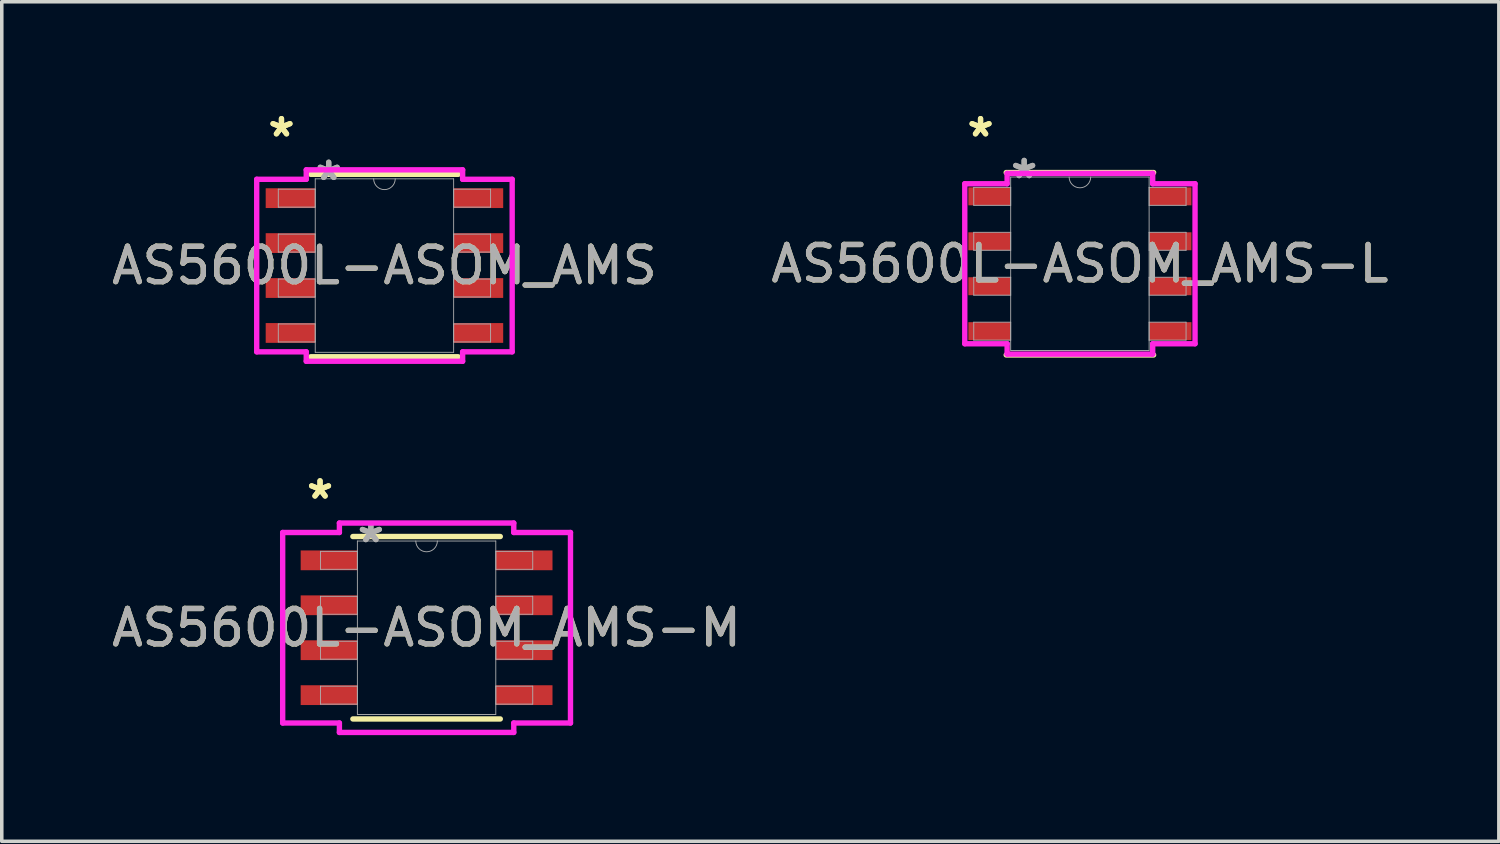
<source format=kicad_pcb>
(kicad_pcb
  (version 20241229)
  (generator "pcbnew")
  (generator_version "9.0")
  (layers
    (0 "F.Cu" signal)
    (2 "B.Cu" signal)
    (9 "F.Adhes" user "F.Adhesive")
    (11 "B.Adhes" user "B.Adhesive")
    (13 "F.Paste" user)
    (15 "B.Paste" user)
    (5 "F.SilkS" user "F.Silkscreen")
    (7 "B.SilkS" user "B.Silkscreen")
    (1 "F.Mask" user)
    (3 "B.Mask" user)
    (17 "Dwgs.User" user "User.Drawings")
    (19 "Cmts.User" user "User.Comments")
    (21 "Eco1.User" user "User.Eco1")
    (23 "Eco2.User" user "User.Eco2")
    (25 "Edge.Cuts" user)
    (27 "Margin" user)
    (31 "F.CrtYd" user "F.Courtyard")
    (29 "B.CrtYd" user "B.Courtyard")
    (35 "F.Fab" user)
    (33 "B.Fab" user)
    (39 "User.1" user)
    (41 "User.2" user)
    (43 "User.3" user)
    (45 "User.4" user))
  (footprint "AS5600L-ASOM_AMS-M"
    (layer "F.Cu")
    (at 9.006 14.691)
    (property "Reference" "AS5600L-ASOM_AMS-M" (at 0 0 0) (unlocked yes) (layer "F.SilkS") (effects (font (size 1 1) (thickness 0.15))))
    (attr smd)
    (fp_line (start -2.083 2.578) (end 2.083 2.578) (stroke (width 0.152) (type solid)) (layer "F.SilkS"))
    (fp_line (start 2.083 -2.578) (end -2.083 -2.578) (stroke (width 0.152) (type solid)) (layer "F.SilkS"))
    (fp_line (start -4.067 -2.692) (end -2.464 -2.692) (stroke (width 0.152) (type solid)) (layer "F.CrtYd"))
    (fp_line (start -4.067 2.692) (end -4.067 -2.692) (stroke (width 0.152) (type solid)) (layer "F.CrtYd"))
    (fp_line (start -4.067 2.692) (end -2.464 2.692) (stroke (width 0.152) (type solid)) (layer "F.CrtYd"))
    (fp_line (start -2.464 -2.959) (end 2.464 -2.959) (stroke (width 0.152) (type solid)) (layer "F.CrtYd"))
    (fp_line (start -2.464 -2.692) (end -2.464 -2.959) (stroke (width 0.152) (type solid)) (layer "F.CrtYd"))
    (fp_line (start -2.464 2.959) (end -2.464 2.692) (stroke (width 0.152) (type solid)) (layer "F.CrtYd"))
    (fp_line (start 2.464 -2.959) (end 2.464 -2.692) (stroke (width 0.152) (type solid)) (layer "F.CrtYd"))
    (fp_line (start 2.464 2.692) (end 2.464 2.959) (stroke (width 0.152) (type solid)) (layer "F.CrtYd"))
    (fp_line (start 2.464 2.959) (end -2.464 2.959) (stroke (width 0.152) (type solid)) (layer "F.CrtYd"))
    (fp_line (start 4.067 -2.692) (end 2.464 -2.692) (stroke (width 0.152) (type solid)) (layer "F.CrtYd"))
    (fp_line (start 4.067 -2.692) (end 4.067 2.692) (stroke (width 0.152) (type solid)) (layer "F.CrtYd"))
    (fp_line (start 4.067 2.692) (end 2.464 2.692) (stroke (width 0.152) (type solid)) (layer "F.CrtYd"))
    (fp_line (start -3 -2.159) (end -3 -1.651) (stroke (width 0.025) (type solid)) (layer "F.Fab"))
    (fp_line (start -3 -1.651) (end -1.956 -1.651) (stroke (width 0.025) (type solid)) (layer "F.Fab"))
    (fp_line (start -3 -0.889) (end -3 -0.381) (stroke (width 0.025) (type solid)) (layer "F.Fab"))
    (fp_line (start -3 -0.381) (end -1.956 -0.381) (stroke (width 0.025) (type solid)) (layer "F.Fab"))
    (fp_line (start -3 0.381) (end -3 0.889) (stroke (width 0.025) (type solid)) (layer "F.Fab"))
    (fp_line (start -3 0.889) (end -1.956 0.889) (stroke (width 0.025) (type solid)) (layer "F.Fab"))
    (fp_line (start -3 1.651) (end -3 2.159) (stroke (width 0.025) (type solid)) (layer "F.Fab"))
    (fp_line (start -3 2.159) (end -1.956 2.159) (stroke (width 0.025) (type solid)) (layer "F.Fab"))
    (fp_line (start -1.956 -2.451) (end -1.956 2.451) (stroke (width 0.025) (type solid)) (layer "F.Fab"))
    (fp_line (start -1.956 -2.159) (end -3 -2.159) (stroke (width 0.025) (type solid)) (layer "F.Fab"))
    (fp_line (start -1.956 -1.651) (end -1.956 -2.159) (stroke (width 0.025) (type solid)) (layer "F.Fab"))
    (fp_line (start -1.956 -0.889) (end -3 -0.889) (stroke (width 0.025) (type solid)) (layer "F.Fab"))
    (fp_line (start -1.956 -0.381) (end -1.956 -0.889) (stroke (width 0.025) (type solid)) (layer "F.Fab"))
    (fp_line (start -1.956 0.381) (end -3 0.381) (stroke (width 0.025) (type solid)) (layer "F.Fab"))
    (fp_line (start -1.956 0.889) (end -1.956 0.381) (stroke (width 0.025) (type solid)) (layer "F.Fab"))
    (fp_line (start -1.956 1.651) (end -3 1.651) (stroke (width 0.025) (type solid)) (layer "F.Fab"))
    (fp_line (start -1.956 2.159) (end -1.956 1.651) (stroke (width 0.025) (type solid)) (layer "F.Fab"))
    (fp_line (start -1.956 2.451) (end 1.956 2.451) (stroke (width 0.025) (type solid)) (layer "F.Fab"))
    (fp_line (start 1.956 -2.451) (end -1.956 -2.451) (stroke (width 0.025) (type solid)) (layer "F.Fab"))
    (fp_line (start 1.956 -2.159) (end 1.956 -1.651) (stroke (width 0.025) (type solid)) (layer "F.Fab"))
    (fp_line (start 1.956 -1.651) (end 3 -1.651) (stroke (width 0.025) (type solid)) (layer "F.Fab"))
    (fp_line (start 1.956 -0.889) (end 1.956 -0.381) (stroke (width 0.025) (type solid)) (layer "F.Fab"))
    (fp_line (start 1.956 -0.381) (end 3 -0.381) (stroke (width 0.025) (type solid)) (layer "F.Fab"))
    (fp_line (start 1.956 0.381) (end 1.956 0.889) (stroke (width 0.025) (type solid)) (layer "F.Fab"))
    (fp_line (start 1.956 0.889) (end 3 0.889) (stroke (width 0.025) (type solid)) (layer "F.Fab"))
    (fp_line (start 1.956 1.651) (end 1.956 2.159) (stroke (width 0.025) (type solid)) (layer "F.Fab"))
    (fp_line (start 1.956 2.159) (end 3 2.159) (stroke (width 0.025) (type solid)) (layer "F.Fab"))
    (fp_line (start 1.956 2.451) (end 1.956 -2.451) (stroke (width 0.025) (type solid)) (layer "F.Fab"))
    (fp_line (start 3 -2.159) (end 1.956 -2.159) (stroke (width 0.025) (type solid)) (layer "F.Fab"))
    (fp_line (start 3 -1.651) (end 3 -2.159) (stroke (width 0.025) (type solid)) (layer "F.Fab"))
    (fp_line (start 3 -0.889) (end 1.956 -0.889) (stroke (width 0.025) (type solid)) (layer "F.Fab"))
    (fp_line (start 3 -0.381) (end 3 -0.889) (stroke (width 0.025) (type solid)) (layer "F.Fab"))
    (fp_line (start 3 0.381) (end 1.956 0.381) (stroke (width 0.025) (type solid)) (layer "F.Fab"))
    (fp_line (start 3 0.889) (end 3 0.381) (stroke (width 0.025) (type solid)) (layer "F.Fab"))
    (fp_line (start 3 1.651) (end 1.956 1.651) (stroke (width 0.025) (type solid)) (layer "F.Fab"))
    (fp_line (start 3 2.159) (end 3 1.651) (stroke (width 0.025) (type solid)) (layer "F.Fab"))
    (fp_arc (start 0.3048 -2.4511) (mid 0 -2.1463) (end -0.3048 -2.4511) (stroke (width 0.0254) (type solid)) (layer "F.Fab"))
    (fp_text user "*" (at -3.011 -3.607 0) (unlocked yes) (layer "F.SilkS") (effects (font (size 1 1) (thickness 0.15))))
    (fp_text user "*" (at -3.011 -3.607 0) (layer "F.SilkS") (effects (font (size 1 1) (thickness 0.15))))
    (fp_text user "${REFERENCE}" (at 0 0 0) (unlocked yes) (layer "F.Fab") (effects (font (size 1 1) (thickness 0.15))))
    (fp_text user "*" (at -1.575 -2.375 0) (unlocked yes) (layer "F.Fab") (effects (font (size 1 1) (thickness 0.15))))
    (fp_text user "*" (at -1.575 -2.375 0) (layer "F.Fab") (effects (font (size 1 1) (thickness 0.15))))
    (pad "1" smd rect (at -2.757 -1.905) (size 1.603 0.559) (layers "F.Cu" "F.Mask" "F.Paste"))
    (pad "2" smd rect (at -2.757 -0.635) (size 1.603 0.559) (layers "F.Cu" "F.Mask" "F.Paste"))
    (pad "3" smd rect (at -2.757 0.635) (size 1.603 0.559) (layers "F.Cu" "F.Mask" "F.Paste"))
    (pad "4" smd rect (at -2.757 1.905) (size 1.603 0.559) (layers "F.Cu" "F.Mask" "F.Paste"))
    (pad "5" smd rect (at 2.757 1.905) (size 1.603 0.559) (layers "F.Cu" "F.Mask" "F.Paste"))
    (pad "6" smd rect (at 2.757 0.635) (size 1.603 0.559) (layers "F.Cu" "F.Mask" "F.Paste"))
    (pad "7" smd rect (at 2.757 -0.635) (size 1.603 0.559) (layers "F.Cu" "F.Mask" "F.Paste"))
    (pad "8" smd rect (at 2.757 -1.905) (size 1.603 0.559) (layers "F.Cu" "F.Mask" "F.Paste")))
  (footprint "AS5600L-ASOM_AMS-L"
    (layer "F.Cu")
    (at 27.47 4.404)
    (property "Reference" "AS5600L-ASOM_AMS-L" (at 0 0 0) (unlocked yes) (layer "F.SilkS") (effects (font (size 1 1) (thickness 0.15))))
    (attr smd)
    (fp_line (start -2.083 2.578) (end 2.083 2.578) (stroke (width 0.152) (type solid)) (layer "F.SilkS"))
    (fp_line (start 2.083 -2.578) (end -2.083 -2.578) (stroke (width 0.152) (type solid)) (layer "F.SilkS"))
    (fp_line (start -3.254 -2.261) (end -2.057 -2.261) (stroke (width 0.152) (type solid)) (layer "F.CrtYd"))
    (fp_line (start -3.254 2.261) (end -3.254 -2.261) (stroke (width 0.152) (type solid)) (layer "F.CrtYd"))
    (fp_line (start -3.254 2.261) (end -2.057 2.261) (stroke (width 0.152) (type solid)) (layer "F.CrtYd"))
    (fp_line (start -2.057 -2.553) (end 2.057 -2.553) (stroke (width 0.152) (type solid)) (layer "F.CrtYd"))
    (fp_line (start -2.057 -2.261) (end -2.057 -2.553) (stroke (width 0.152) (type solid)) (layer "F.CrtYd"))
    (fp_line (start -2.057 2.553) (end -2.057 2.261) (stroke (width 0.152) (type solid)) (layer "F.CrtYd"))
    (fp_line (start 2.057 -2.553) (end 2.057 -2.261) (stroke (width 0.152) (type solid)) (layer "F.CrtYd"))
    (fp_line (start 2.057 2.261) (end 2.057 2.553) (stroke (width 0.152) (type solid)) (layer "F.CrtYd"))
    (fp_line (start 2.057 2.553) (end -2.057 2.553) (stroke (width 0.152) (type solid)) (layer "F.CrtYd"))
    (fp_line (start 3.254 -2.261) (end 2.057 -2.261) (stroke (width 0.152) (type solid)) (layer "F.CrtYd"))
    (fp_line (start 3.254 -2.261) (end 3.254 2.261) (stroke (width 0.152) (type solid)) (layer "F.CrtYd"))
    (fp_line (start 3.254 2.261) (end 2.057 2.261) (stroke (width 0.152) (type solid)) (layer "F.CrtYd"))
    (fp_line (start -3 -2.159) (end -3 -1.651) (stroke (width 0.025) (type solid)) (layer "F.Fab"))
    (fp_line (start -3 -1.651) (end -1.956 -1.651) (stroke (width 0.025) (type solid)) (layer "F.Fab"))
    (fp_line (start -3 -0.889) (end -3 -0.381) (stroke (width 0.025) (type solid)) (layer "F.Fab"))
    (fp_line (start -3 -0.381) (end -1.956 -0.381) (stroke (width 0.025) (type solid)) (layer "F.Fab"))
    (fp_line (start -3 0.381) (end -3 0.889) (stroke (width 0.025) (type solid)) (layer "F.Fab"))
    (fp_line (start -3 0.889) (end -1.956 0.889) (stroke (width 0.025) (type solid)) (layer "F.Fab"))
    (fp_line (start -3 1.651) (end -3 2.159) (stroke (width 0.025) (type solid)) (layer "F.Fab"))
    (fp_line (start -3 2.159) (end -1.956 2.159) (stroke (width 0.025) (type solid)) (layer "F.Fab"))
    (fp_line (start -1.956 -2.451) (end -1.956 2.451) (stroke (width 0.025) (type solid)) (layer "F.Fab"))
    (fp_line (start -1.956 -2.159) (end -3 -2.159) (stroke (width 0.025) (type solid)) (layer "F.Fab"))
    (fp_line (start -1.956 -1.651) (end -1.956 -2.159) (stroke (width 0.025) (type solid)) (layer "F.Fab"))
    (fp_line (start -1.956 -0.889) (end -3 -0.889) (stroke (width 0.025) (type solid)) (layer "F.Fab"))
    (fp_line (start -1.956 -0.381) (end -1.956 -0.889) (stroke (width 0.025) (type solid)) (layer "F.Fab"))
    (fp_line (start -1.956 0.381) (end -3 0.381) (stroke (width 0.025) (type solid)) (layer "F.Fab"))
    (fp_line (start -1.956 0.889) (end -1.956 0.381) (stroke (width 0.025) (type solid)) (layer "F.Fab"))
    (fp_line (start -1.956 1.651) (end -3 1.651) (stroke (width 0.025) (type solid)) (layer "F.Fab"))
    (fp_line (start -1.956 2.159) (end -1.956 1.651) (stroke (width 0.025) (type solid)) (layer "F.Fab"))
    (fp_line (start -1.956 2.451) (end 1.956 2.451) (stroke (width 0.025) (type solid)) (layer "F.Fab"))
    (fp_line (start 1.956 -2.451) (end -1.956 -2.451) (stroke (width 0.025) (type solid)) (layer "F.Fab"))
    (fp_line (start 1.956 -2.159) (end 1.956 -1.651) (stroke (width 0.025) (type solid)) (layer "F.Fab"))
    (fp_line (start 1.956 -1.651) (end 3 -1.651) (stroke (width 0.025) (type solid)) (layer "F.Fab"))
    (fp_line (start 1.956 -0.889) (end 1.956 -0.381) (stroke (width 0.025) (type solid)) (layer "F.Fab"))
    (fp_line (start 1.956 -0.381) (end 3 -0.381) (stroke (width 0.025) (type solid)) (layer "F.Fab"))
    (fp_line (start 1.956 0.381) (end 1.956 0.889) (stroke (width 0.025) (type solid)) (layer "F.Fab"))
    (fp_line (start 1.956 0.889) (end 3 0.889) (stroke (width 0.025) (type solid)) (layer "F.Fab"))
    (fp_line (start 1.956 1.651) (end 1.956 2.159) (stroke (width 0.025) (type solid)) (layer "F.Fab"))
    (fp_line (start 1.956 2.159) (end 3 2.159) (stroke (width 0.025) (type solid)) (layer "F.Fab"))
    (fp_line (start 1.956 2.451) (end 1.956 -2.451) (stroke (width 0.025) (type solid)) (layer "F.Fab"))
    (fp_line (start 3 -2.159) (end 1.956 -2.159) (stroke (width 0.025) (type solid)) (layer "F.Fab"))
    (fp_line (start 3 -1.651) (end 3 -2.159) (stroke (width 0.025) (type solid)) (layer "F.Fab"))
    (fp_line (start 3 -0.889) (end 1.956 -0.889) (stroke (width 0.025) (type solid)) (layer "F.Fab"))
    (fp_line (start 3 -0.381) (end 3 -0.889) (stroke (width 0.025) (type solid)) (layer "F.Fab"))
    (fp_line (start 3 0.381) (end 1.956 0.381) (stroke (width 0.025) (type solid)) (layer "F.Fab"))
    (fp_line (start 3 0.889) (end 3 0.381) (stroke (width 0.025) (type solid)) (layer "F.Fab"))
    (fp_line (start 3 1.651) (end 1.956 1.651) (stroke (width 0.025) (type solid)) (layer "F.Fab"))
    (fp_line (start 3 2.159) (end 3 1.651) (stroke (width 0.025) (type solid)) (layer "F.Fab"))
    (fp_arc (start 0.3048 -2.4511) (mid 0 -2.1463) (end -0.3048 -2.4511) (stroke (width 0.0254) (type solid)) (layer "F.Fab"))
    (fp_text user "*" (at -2.808 -3.556 0) (unlocked yes) (layer "F.SilkS") (effects (font (size 1 1) (thickness 0.15))))
    (fp_text user "*" (at -2.808 -3.556 0) (layer "F.SilkS") (effects (font (size 1 1) (thickness 0.15))))
    (fp_text user "*" (at -1.575 -2.375 0) (unlocked yes) (layer "F.Fab") (effects (font (size 1 1) (thickness 0.15))))
    (fp_text user "*" (at -1.575 -2.375 0) (layer "F.Fab") (effects (font (size 1 1) (thickness 0.15))))
    (fp_text user "${REFERENCE}" (at 0 0 0) (unlocked yes) (layer "F.Fab") (effects (font (size 1 1) (thickness 0.15))))
    (pad "1" smd rect (at -2.554 -1.905) (size 1.197 0.508) (layers "F.Cu" "F.Mask" "F.Paste"))
    (pad "2" smd rect (at -2.554 -0.635) (size 1.197 0.508) (layers "F.Cu" "F.Mask" "F.Paste"))
    (pad "3" smd rect (at -2.554 0.635) (size 1.197 0.508) (layers "F.Cu" "F.Mask" "F.Paste"))
    (pad "4" smd rect (at -2.554 1.905) (size 1.197 0.508) (layers "F.Cu" "F.Mask" "F.Paste"))
    (pad "5" smd rect (at 2.554 1.905) (size 1.197 0.508) (layers "F.Cu" "F.Mask" "F.Paste"))
    (pad "6" smd rect (at 2.554 0.635) (size 1.197 0.508) (layers "F.Cu" "F.Mask" "F.Paste"))
    (pad "7" smd rect (at 2.554 -0.635) (size 1.197 0.508) (layers "F.Cu" "F.Mask" "F.Paste"))
    (pad "8" smd rect (at 2.554 -1.905) (size 1.197 0.508) (layers "F.Cu" "F.Mask" "F.Paste")))
  (footprint "AS5600L-ASOM_AMS"
    (layer "F.Cu")
    (at 7.815 4.455)
    (property "Reference" "AS5600L-ASOM_AMS" (at 0 0 0) (unlocked yes) (layer "F.SilkS") (effects (font (size 1 1) (thickness 0.15))))
    (attr smd)
    (fp_line (start -2.083 2.578) (end 2.083 2.578) (stroke (width 0.152) (type solid)) (layer "F.SilkS"))
    (fp_line (start 2.083 -2.578) (end -2.083 -2.578) (stroke (width 0.152) (type solid)) (layer "F.SilkS"))
    (fp_line (start -3.61 -2.438) (end -2.21 -2.438) (stroke (width 0.152) (type solid)) (layer "F.CrtYd"))
    (fp_line (start -3.61 2.438) (end -3.61 -2.438) (stroke (width 0.152) (type solid)) (layer "F.CrtYd"))
    (fp_line (start -3.61 2.438) (end -2.21 2.438) (stroke (width 0.152) (type solid)) (layer "F.CrtYd"))
    (fp_line (start -2.21 -2.705) (end 2.21 -2.705) (stroke (width 0.152) (type solid)) (layer "F.CrtYd"))
    (fp_line (start -2.21 -2.438) (end -2.21 -2.705) (stroke (width 0.152) (type solid)) (layer "F.CrtYd"))
    (fp_line (start -2.21 2.705) (end -2.21 2.438) (stroke (width 0.152) (type solid)) (layer "F.CrtYd"))
    (fp_line (start 2.21 -2.705) (end 2.21 -2.438) (stroke (width 0.152) (type solid)) (layer "F.CrtYd"))
    (fp_line (start 2.21 2.438) (end 2.21 2.705) (stroke (width 0.152) (type solid)) (layer "F.CrtYd"))
    (fp_line (start 2.21 2.705) (end -2.21 2.705) (stroke (width 0.152) (type solid)) (layer "F.CrtYd"))
    (fp_line (start 3.61 -2.438) (end 2.21 -2.438) (stroke (width 0.152) (type solid)) (layer "F.CrtYd"))
    (fp_line (start 3.61 -2.438) (end 3.61 2.438) (stroke (width 0.152) (type solid)) (layer "F.CrtYd"))
    (fp_line (start 3.61 2.438) (end 2.21 2.438) (stroke (width 0.152) (type solid)) (layer "F.CrtYd"))
    (fp_line (start -3 -2.159) (end -3 -1.651) (stroke (width 0.025) (type solid)) (layer "F.Fab"))
    (fp_line (start -3 -1.651) (end -1.956 -1.651) (stroke (width 0.025) (type solid)) (layer "F.Fab"))
    (fp_line (start -3 -0.889) (end -3 -0.381) (stroke (width 0.025) (type solid)) (layer "F.Fab"))
    (fp_line (start -3 -0.381) (end -1.956 -0.381) (stroke (width 0.025) (type solid)) (layer "F.Fab"))
    (fp_line (start -3 0.381) (end -3 0.889) (stroke (width 0.025) (type solid)) (layer "F.Fab"))
    (fp_line (start -3 0.889) (end -1.956 0.889) (stroke (width 0.025) (type solid)) (layer "F.Fab"))
    (fp_line (start -3 1.651) (end -3 2.159) (stroke (width 0.025) (type solid)) (layer "F.Fab"))
    (fp_line (start -3 2.159) (end -1.956 2.159) (stroke (width 0.025) (type solid)) (layer "F.Fab"))
    (fp_line (start -1.956 -2.451) (end -1.956 2.451) (stroke (width 0.025) (type solid)) (layer "F.Fab"))
    (fp_line (start -1.956 -2.159) (end -3 -2.159) (stroke (width 0.025) (type solid)) (layer "F.Fab"))
    (fp_line (start -1.956 -1.651) (end -1.956 -2.159) (stroke (width 0.025) (type solid)) (layer "F.Fab"))
    (fp_line (start -1.956 -0.889) (end -3 -0.889) (stroke (width 0.025) (type solid)) (layer "F.Fab"))
    (fp_line (start -1.956 -0.381) (end -1.956 -0.889) (stroke (width 0.025) (type solid)) (layer "F.Fab"))
    (fp_line (start -1.956 0.381) (end -3 0.381) (stroke (width 0.025) (type solid)) (layer "F.Fab"))
    (fp_line (start -1.956 0.889) (end -1.956 0.381) (stroke (width 0.025) (type solid)) (layer "F.Fab"))
    (fp_line (start -1.956 1.651) (end -3 1.651) (stroke (width 0.025) (type solid)) (layer "F.Fab"))
    (fp_line (start -1.956 2.159) (end -1.956 1.651) (stroke (width 0.025) (type solid)) (layer "F.Fab"))
    (fp_line (start -1.956 2.451) (end 1.956 2.451) (stroke (width 0.025) (type solid)) (layer "F.Fab"))
    (fp_line (start 1.956 -2.451) (end -1.956 -2.451) (stroke (width 0.025) (type solid)) (layer "F.Fab"))
    (fp_line (start 1.956 -2.159) (end 1.956 -1.651) (stroke (width 0.025) (type solid)) (layer "F.Fab"))
    (fp_line (start 1.956 -1.651) (end 3 -1.651) (stroke (width 0.025) (type solid)) (layer "F.Fab"))
    (fp_line (start 1.956 -0.889) (end 1.956 -0.381) (stroke (width 0.025) (type solid)) (layer "F.Fab"))
    (fp_line (start 1.956 -0.381) (end 3 -0.381) (stroke (width 0.025) (type solid)) (layer "F.Fab"))
    (fp_line (start 1.956 0.381) (end 1.956 0.889) (stroke (width 0.025) (type solid)) (layer "F.Fab"))
    (fp_line (start 1.956 0.889) (end 3 0.889) (stroke (width 0.025) (type solid)) (layer "F.Fab"))
    (fp_line (start 1.956 1.651) (end 1.956 2.159) (stroke (width 0.025) (type solid)) (layer "F.Fab"))
    (fp_line (start 1.956 2.159) (end 3 2.159) (stroke (width 0.025) (type solid)) (layer "F.Fab"))
    (fp_line (start 1.956 2.451) (end 1.956 -2.451) (stroke (width 0.025) (type solid)) (layer "F.Fab"))
    (fp_line (start 3 -2.159) (end 1.956 -2.159) (stroke (width 0.025) (type solid)) (layer "F.Fab"))
    (fp_line (start 3 -1.651) (end 3 -2.159) (stroke (width 0.025) (type solid)) (layer "F.Fab"))
    (fp_line (start 3 -0.889) (end 1.956 -0.889) (stroke (width 0.025) (type solid)) (layer "F.Fab"))
    (fp_line (start 3 -0.381) (end 3 -0.889) (stroke (width 0.025) (type solid)) (layer "F.Fab"))
    (fp_line (start 3 0.381) (end 1.956 0.381) (stroke (width 0.025) (type solid)) (layer "F.Fab"))
    (fp_line (start 3 0.889) (end 3 0.381) (stroke (width 0.025) (type solid)) (layer "F.Fab"))
    (fp_line (start 3 1.651) (end 1.956 1.651) (stroke (width 0.025) (type solid)) (layer "F.Fab"))
    (fp_line (start 3 2.159) (end 3 1.651) (stroke (width 0.025) (type solid)) (layer "F.Fab"))
    (fp_arc (start 0.3048 -2.4511) (mid 0 -2.1463) (end -0.3048 -2.4511) (stroke (width 0.0254) (type solid)) (layer "F.Fab"))
    (fp_text user "*" (at -2.91 -3.607 0) (unlocked yes) (layer "F.SilkS") (effects (font (size 1 1) (thickness 0.15))))
    (fp_text user "*" (at -2.91 -3.607 0) (layer "F.SilkS") (effects (font (size 1 1) (thickness 0.15))))
    (fp_text user "*" (at -1.575 -2.375 0) (unlocked yes) (layer "F.Fab") (effects (font (size 1 1) (thickness 0.15))))
    (fp_text user "*" (at -1.575 -2.375 0) (layer "F.Fab") (effects (font (size 1 1) (thickness 0.15))))
    (fp_text user "${REFERENCE}" (at 0 0 0) (unlocked yes) (layer "F.Fab") (effects (font (size 1 1) (thickness 0.15))))
    (pad "1" smd rect (at -2.656 -1.905) (size 1.4 0.559) (layers "F.Cu" "F.Mask" "F.Paste"))
    (pad "2" smd rect (at -2.656 -0.635) (size 1.4 0.559) (layers "F.Cu" "F.Mask" "F.Paste"))
    (pad "3" smd rect (at -2.656 0.635) (size 1.4 0.559) (layers "F.Cu" "F.Mask" "F.Paste"))
    (pad "4" smd rect (at -2.656 1.905) (size 1.4 0.559) (layers "F.Cu" "F.Mask" "F.Paste"))
    (pad "5" smd rect (at 2.656 1.905) (size 1.4 0.559) (layers "F.Cu" "F.Mask" "F.Paste"))
    (pad "6" smd rect (at 2.656 0.635) (size 1.4 0.559) (layers "F.Cu" "F.Mask" "F.Paste"))
    (pad "7" smd rect (at 2.656 -0.635) (size 1.4 0.559) (layers "F.Cu" "F.Mask" "F.Paste"))
    (pad "8" smd rect (at 2.656 -1.905) (size 1.4 0.559) (layers "F.Cu" "F.Mask" "F.Paste")))
  (gr_rect
    (start -3 -3)
    (end 39.31 20.727)
    (stroke (width 0.1) (type default))
    (fill no)
    (layer "Edge.Cuts")))
</source>
